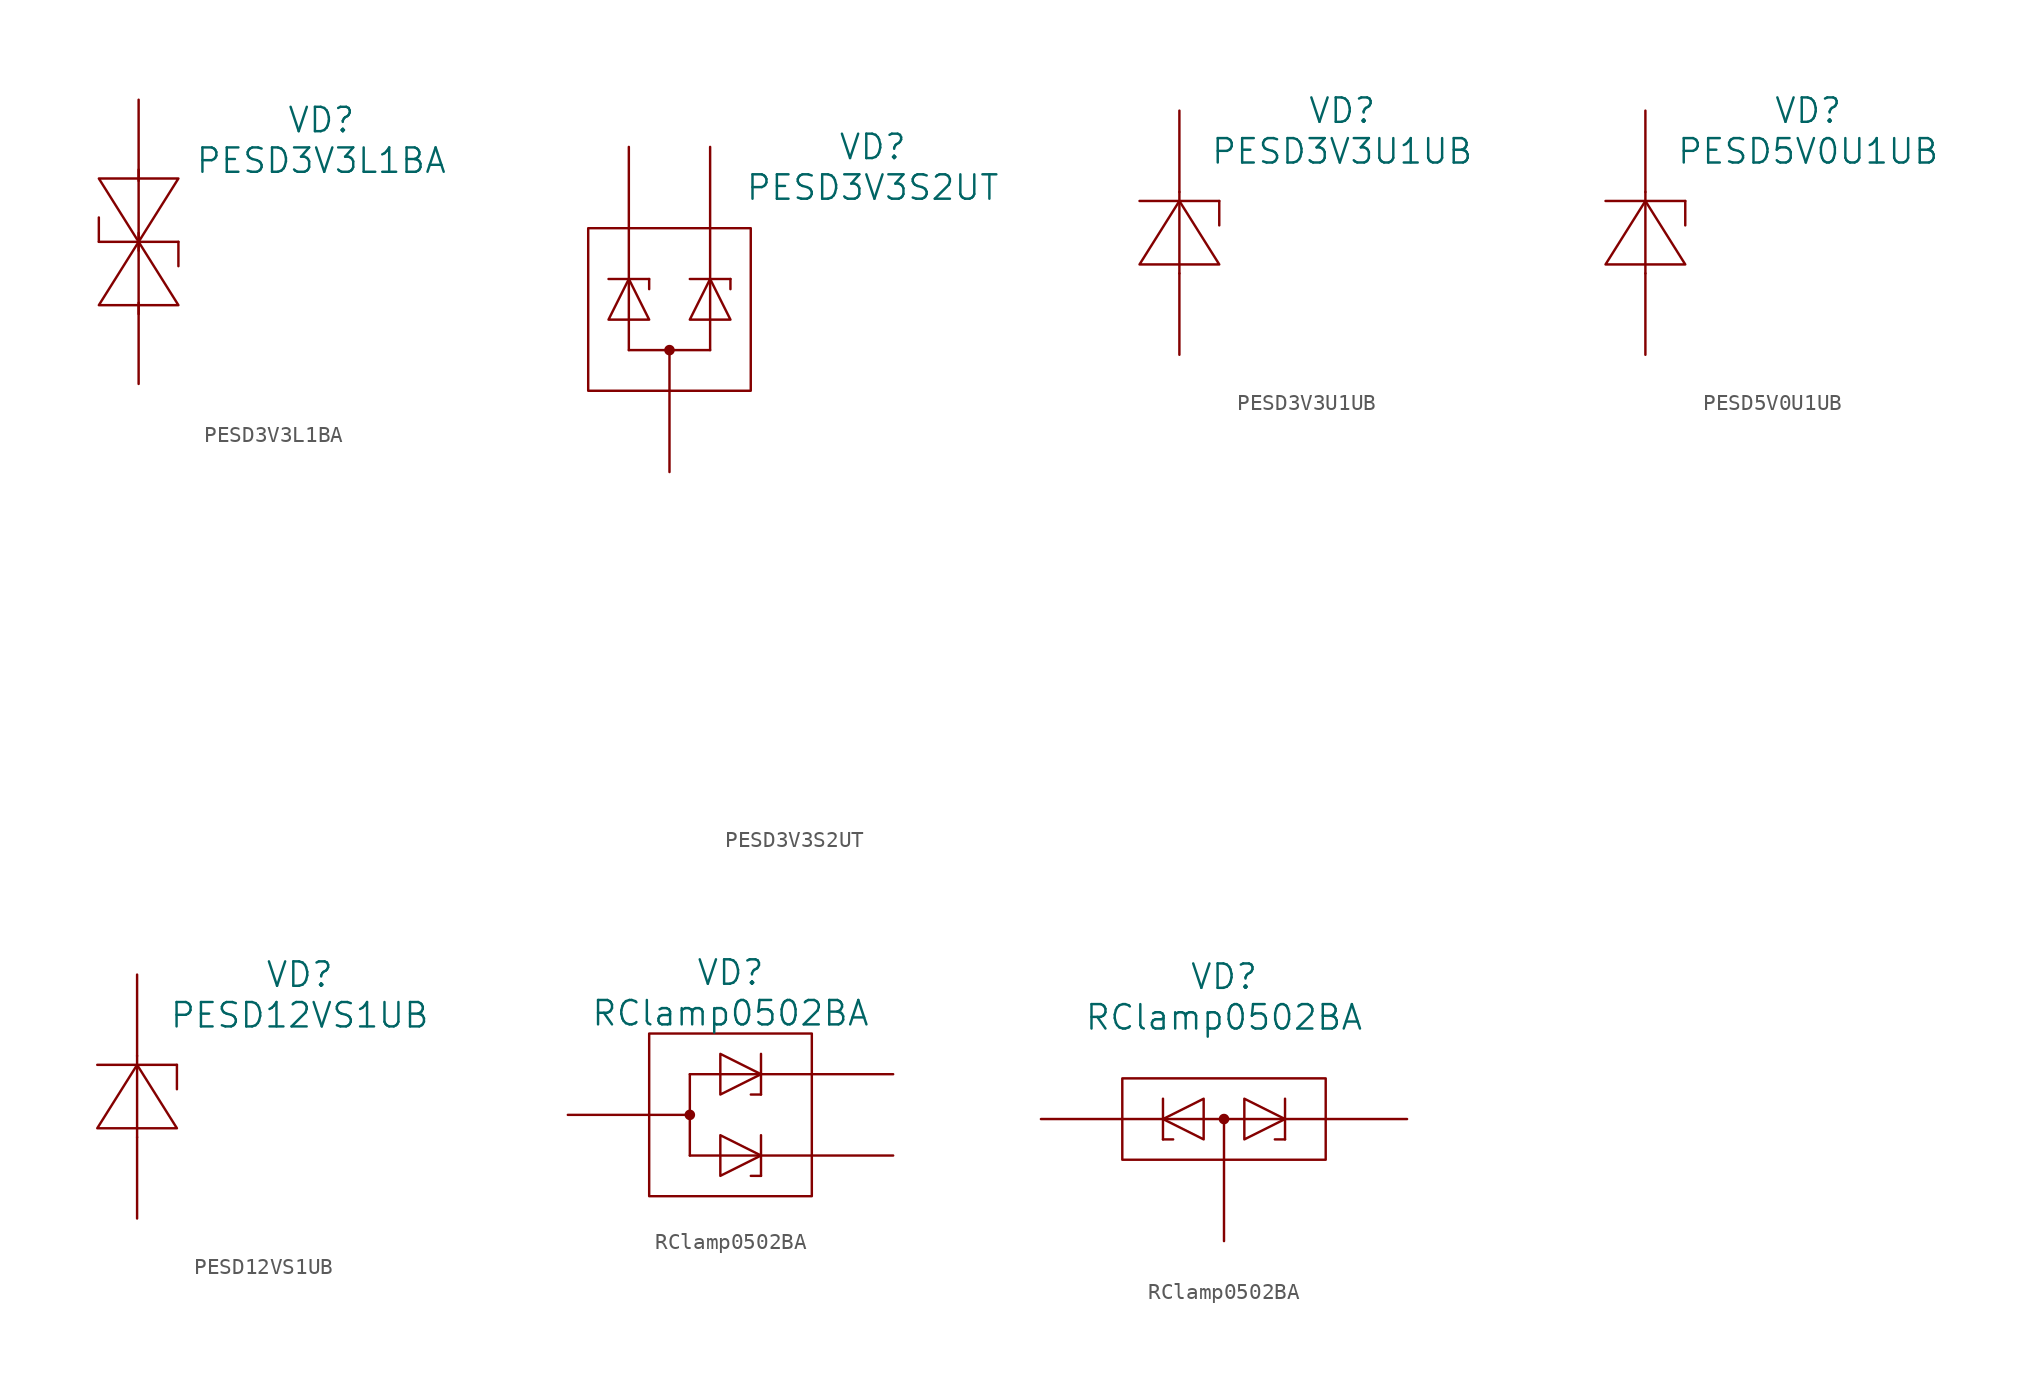
<source format=kicad_sym>
(kicad_symbol_lib
  (version 20220914)
  (generator kicad_symbol_editor)
  (symbol "PESD3V3L1BA"
    (pin_numbers hide)
    (pin_names
      (offset 1.016) hide)
    (property "Reference" "VD"
      (at 11.43 7.62 0)
      (effects (font (size 1.524 1.524))))
    (property "Value" "PESD3V3L1BA"
      (at 11.43 5.08 0)
      (effects (font (size 1.524 1.524))))
    (property "Datasheet" ""
      (at 0 -8.89 90)
      (effects (font (size 1.524 1.524))))
    (symbol "PESD3V3L1BA_0_1"
      (polyline (pts (xy -2.489 0) (xy 2.489 0)) (stroke (width 0) (type solid)) (fill (type none)))
      (polyline (pts (xy -2.489 1.524) (xy -2.489 0)) (stroke (width 0) (type solid)) (fill (type none)))
      (polyline (pts (xy 0 -4.521) (xy 0 0.559)) (stroke (width 0) (type solid)) (fill (type none)))
      (polyline (pts (xy 0 4.521) (xy 0 -0.559)) (stroke (width 0) (type solid)) (fill (type none)))
      (polyline (pts (xy 2.489 -1.524) (xy 2.489 0)) (stroke (width 0) (type solid)) (fill (type none)))
      (polyline (pts (xy 0 0) (xy -2.489 3.962) (xy 2.489 3.962) (xy 0 0)) (stroke (width 0) (type solid)) (fill (type none)))
      (polyline (pts (xy 0 0) (xy 2.489 -3.962) (xy -2.489 -3.962) (xy 0 0)) (stroke (width 0) (type solid)) (fill (type none))))
    (symbol "PESD3V3L1BA_1_1"
      (pin passive line (at 0 -8.89 90) (length 5.08) (name "A" (effects (font (size 1.27 1.27)))) (number "A" (effects (font (size 1.27 1.27)))))
      (pin passive line (at 0 8.89 270) (length 5.08) (name "C" (effects (font (size 1.27 1.27)))) (number "C" (effects (font (size 1.27 1.27)))))))
  (symbol "PESD3V3S2UT"
    (pin_numbers hide)
    (pin_names
      (offset 1.016) hide)
    (property "Reference" "VD"
      (at 12.7 10.16 0)
      (effects (font (size 1.524 1.524))))
    (property "Value" "PESD3V3S2UT"
      (at 12.7 7.62 0)
      (effects (font (size 1.524 1.524))))
    (property "Datasheet" ""
      (at 12.7 -27.94 90)
      (effects (font (size 1.524 1.524))))
    (symbol "PESD3V3S2UT_1_1"
      (rectangle (start -5.08 5.08) (end 5.08 -5.08) (stroke (width 0) (type solid)) (fill (type none)))
      (circle (center 0 -2.54) (radius 0.254) (stroke (width 0) (type solid)) (fill (type outline)))
      (polyline (pts (xy -3.81 1.905) (xy -1.27 1.905)) (stroke (width 0) (type solid)) (fill (type none)))
      (polyline (pts (xy -2.54 -2.54) (xy -2.54 5.08)) (stroke (width 0) (type solid)) (fill (type none)))
      (polyline (pts (xy -1.27 1.27) (xy -1.27 1.905)) (stroke (width 0) (type solid)) (fill (type none)))
      (polyline (pts (xy 0 -2.54) (xy 0 -5.08)) (stroke (width 0) (type solid)) (fill (type none)))
      (polyline (pts (xy 1.27 1.905) (xy 3.81 1.905)) (stroke (width 0) (type solid)) (fill (type none)))
      (polyline (pts (xy 2.54 -2.54) (xy -2.54 -2.54)) (stroke (width 0) (type solid)) (fill (type none)))
      (polyline (pts (xy 2.54 -2.54) (xy 2.54 5.08)) (stroke (width 0) (type solid)) (fill (type none)))
      (polyline (pts (xy 3.81 1.27) (xy 3.81 1.905)) (stroke (width 0) (type solid)) (fill (type none)))
      (polyline (pts (xy -1.27 -0.635) (xy -3.81 -0.635) (xy -2.54 1.905) (xy -1.27 -0.635)) (stroke (width 0) (type solid)) (fill (type none)))
      (polyline (pts (xy 3.81 -0.635) (xy 1.27 -0.635) (xy 2.54 1.905) (xy 3.81 -0.635)) (stroke (width 0) (type solid)) (fill (type none)))
      (pin passive line (at 2.54 10.16 270) (length 5.08) (name "C1" (effects (font (size 1.27 1.27)))) (number "1" (effects (font (size 1.27 1.27)))))
      (pin passive line (at -2.54 10.16 270) (length 5.08) (name "C2" (effects (font (size 1.27 1.27)))) (number "2" (effects (font (size 1.27 1.27)))))
      (pin passive line (at 0 -10.16 90) (length 5.08) (name "A" (effects (font (size 1.27 1.27)))) (number "3" (effects (font (size 1.27 1.27)))))))
  (symbol "PESD3V3U1UB"
    (pin_numbers hide)
    (pin_names
      (offset 1.016) hide)
    (property "Reference" "VD"
      (at 10.16 7.62 0)
      (effects (font (size 1.524 1.524))))
    (property "Value" "PESD3V3U1UB"
      (at 10.16 5.08 0)
      (effects (font (size 1.524 1.524))))
    (property "Datasheet" ""
      (at 0 -7.62 90)
      (effects (font (size 1.524 1.524))))
    (symbol "PESD3V3U1UB_0_1"
      (polyline (pts (xy -2.489 1.981) (xy 2.489 1.981)) (stroke (width 0) (type solid)) (fill (type none)))
      (polyline (pts (xy 0 -2.54) (xy 0 2.54)) (stroke (width 0) (type solid)) (fill (type none)))
      (polyline (pts (xy 2.489 0.457) (xy 2.489 1.981)) (stroke (width 0) (type solid)) (fill (type none)))
      (polyline (pts (xy 0 1.981) (xy 2.489 -1.981) (xy -2.489 -1.981) (xy 0 1.981)) (stroke (width 0) (type solid)) (fill (type none))))
    (symbol "PESD3V3U1UB_1_1"
      (pin passive line (at 0 -7.62 90) (length 5.08) (name "A" (effects (font (size 1.27 1.27)))) (number "A" (effects (font (size 1.27 1.27)))))
      (pin passive line (at 0 7.62 270) (length 5.08) (name "C" (effects (font (size 1.27 1.27)))) (number "C" (effects (font (size 1.27 1.27)))))))
  (symbol "PESD5V0U1UB"
    (pin_numbers hide)
    (pin_names
      (offset 1.016) hide)
    (property "Reference" "VD"
      (at 10.16 7.62 0)
      (effects (font (size 1.524 1.524))))
    (property "Value" "PESD5V0U1UB"
      (at 10.16 5.08 0)
      (effects (font (size 1.524 1.524))))
    (property "Datasheet" ""
      (at 0 -7.62 90)
      (effects (font (size 1.524 1.524))))
    (symbol "PESD5V0U1UB_0_1"
      (polyline (pts (xy -2.489 1.981) (xy 2.489 1.981)) (stroke (width 0) (type solid)) (fill (type none)))
      (polyline (pts (xy 0 -2.54) (xy 0 2.54)) (stroke (width 0) (type solid)) (fill (type none)))
      (polyline (pts (xy 2.489 0.457) (xy 2.489 1.981)) (stroke (width 0) (type solid)) (fill (type none)))
      (polyline (pts (xy 0 1.981) (xy 2.489 -1.981) (xy -2.489 -1.981) (xy 0 1.981)) (stroke (width 0) (type solid)) (fill (type none))))
    (symbol "PESD5V0U1UB_1_1"
      (pin passive line (at 0 -7.62 90) (length 5.08) (name "A" (effects (font (size 1.27 1.27)))) (number "A" (effects (font (size 1.27 1.27)))))
      (pin passive line (at 0 7.62 270) (length 5.08) (name "C" (effects (font (size 1.27 1.27)))) (number "C" (effects (font (size 1.27 1.27)))))))
  (symbol "PESD12VS1UB"
    (pin_numbers hide)
    (pin_names
      (offset 1.016) hide)
    (property "Reference" "VD"
      (at 10.16 7.62 0)
      (effects (font (size 1.524 1.524))))
    (property "Value" "PESD12VS1UB"
      (at 10.16 5.08 0)
      (effects (font (size 1.524 1.524))))
    (property "Datasheet" ""
      (at 0 -7.62 90)
      (effects (font (size 1.524 1.524))))
    (symbol "PESD12VS1UB_0_1"
      (polyline (pts (xy -2.489 1.981) (xy 2.489 1.981)) (stroke (width 0) (type solid)) (fill (type none)))
      (polyline (pts (xy 0 -2.54) (xy 0 2.54)) (stroke (width 0) (type solid)) (fill (type none)))
      (polyline (pts (xy 2.489 0.457) (xy 2.489 1.981)) (stroke (width 0) (type solid)) (fill (type none)))
      (polyline (pts (xy 0 1.981) (xy 2.489 -1.981) (xy -2.489 -1.981) (xy 0 1.981)) (stroke (width 0) (type solid)) (fill (type none))))
    (symbol "PESD12VS1UB_1_1"
      (pin passive line (at 0 -7.62 90) (length 5.08) (name "A" (effects (font (size 1.27 1.27)))) (number "A" (effects (font (size 1.27 1.27)))))
      (pin passive line (at 0 7.62 270) (length 5.08) (name "C" (effects (font (size 1.27 1.27)))) (number "C" (effects (font (size 1.27 1.27)))))))
  (symbol "RClamp0502BA"
    (pin_numbers hide)
    (pin_names
      (offset 1.016) hide)
    (property "Reference" "VD"
      (at 0 8.89 0)
      (effects (font (size 1.524 1.524))))
    (property "Value" "RClamp0502BA"
      (at 0 6.35 0)
      (effects (font (size 1.524 1.524))))
    (property "Datasheet" ""
      (at 0 -5.08 0)
      (effects (font (size 1.524 1.524))))
    (symbol "RClamp0502BA_0_1"
      (circle (center -2.54 0) (radius 0.254) (stroke (width 0) (type solid)) (fill (type outline)))
      (polyline (pts (xy -2.54 -2.54) (xy -2.54 2.54)) (stroke (width 0) (type solid)) (fill (type none)))
      (polyline (pts (xy -2.54 -2.54) (xy 5.08 -2.54)) (stroke (width 0) (type solid)) (fill (type none)))
      (polyline (pts (xy -2.54 0) (xy -5.08 0)) (stroke (width 0) (type solid)) (fill (type none)))
      (polyline (pts (xy -2.54 2.54) (xy 5.08 2.54)) (stroke (width 0) (type solid)) (fill (type none)))
      (polyline (pts (xy 1.27 -3.81) (xy 1.905 -3.81)) (stroke (width 0) (type solid)) (fill (type none)))
      (polyline (pts (xy 1.27 1.27) (xy 1.905 1.27)) (stroke (width 0) (type solid)) (fill (type none)))
      (polyline (pts (xy 1.905 -1.27) (xy 1.905 -3.81)) (stroke (width 0) (type solid)) (fill (type none)))
      (polyline (pts (xy 1.905 3.81) (xy 1.905 1.27)) (stroke (width 0) (type solid)) (fill (type none)))
      (polyline (pts (xy -0.635 -3.81) (xy -0.635 -1.27) (xy 1.905 -2.54) (xy -0.635 -3.81)) (stroke (width 0) (type solid)) (fill (type none)))
      (polyline (pts (xy -0.635 1.27) (xy -0.635 3.81) (xy 1.905 2.54) (xy -0.635 1.27)) (stroke (width 0) (type solid)) (fill (type none)))
      (rectangle (start 5.08 5.08) (end -5.08 -5.08) (stroke (width 0) (type solid)) (fill (type none))))
    (symbol "RClamp0502BA_0_2"
      (polyline (pts (xy -6.35 0) (xy 6.35 0)) (stroke (width 0) (type solid)) (fill (type none)))
      (polyline (pts (xy -3.81 -1.27) (xy -3.81 1.27)) (stroke (width 0) (type solid)) (fill (type none)))
      (polyline (pts (xy -3.175 -1.27) (xy -3.81 -1.27)) (stroke (width 0) (type solid)) (fill (type none)))
      (polyline (pts (xy 0 -2.54) (xy 0 0)) (stroke (width 0) (type solid)) (fill (type none)))
      (polyline (pts (xy 3.175 -1.27) (xy 3.81 -1.27)) (stroke (width 0) (type solid)) (fill (type none)))
      (polyline (pts (xy 3.81 1.27) (xy 3.81 -1.27)) (stroke (width 0) (type solid)) (fill (type none)))
      (polyline (pts (xy -1.27 1.27) (xy -1.27 -1.27) (xy -3.81 0) (xy -1.27 1.27)) (stroke (width 0) (type solid)) (fill (type none)))
      (polyline (pts (xy 1.27 -1.27) (xy 1.27 1.27) (xy 3.81 0) (xy 1.27 -1.27)) (stroke (width 0) (type solid)) (fill (type none)))
      (circle (center 0 0) (radius 0.254) (stroke (width 0) (type solid)) (fill (type outline)))
      (rectangle (start 6.35 -2.54) (end -6.35 2.54) (stroke (width 0) (type solid)) (fill (type none))))
    (symbol "RClamp0502BA_1_1"
      (pin passive line (at 10.16 -2.54 180) (length 5.08) (name "C1" (effects (font (size 1.27 1.27)))) (number "1" (effects (font (size 1.27 1.27)))))
      (pin passive line (at 10.16 2.54 180) (length 5.08) (name "C2" (effects (font (size 1.27 1.27)))) (number "2" (effects (font (size 1.27 1.27)))))
      (pin passive line (at -10.16 0 0) (length 5.08) (name "A" (effects (font (size 1.27 1.27)))) (number "3" (effects (font (size 1.27 1.27))))))
    (symbol "RClamp0502BA_1_2"
      (pin passive line (at -11.43 0 0) (length 5.08) (name "C1" (effects (font (size 1.27 1.27)))) (number "1" (effects (font (size 1.27 1.27)))))
      (pin passive line (at 11.43 0 180) (length 5.08) (name "C2" (effects (font (size 1.27 1.27)))) (number "2" (effects (font (size 1.27 1.27)))))
      (pin passive line (at 0 -7.62 90) (length 5.08) (name "A" (effects (font (size 1.27 1.27)))) (number "3" (effects (font (size 1.27 1.27))))))))
</source>
